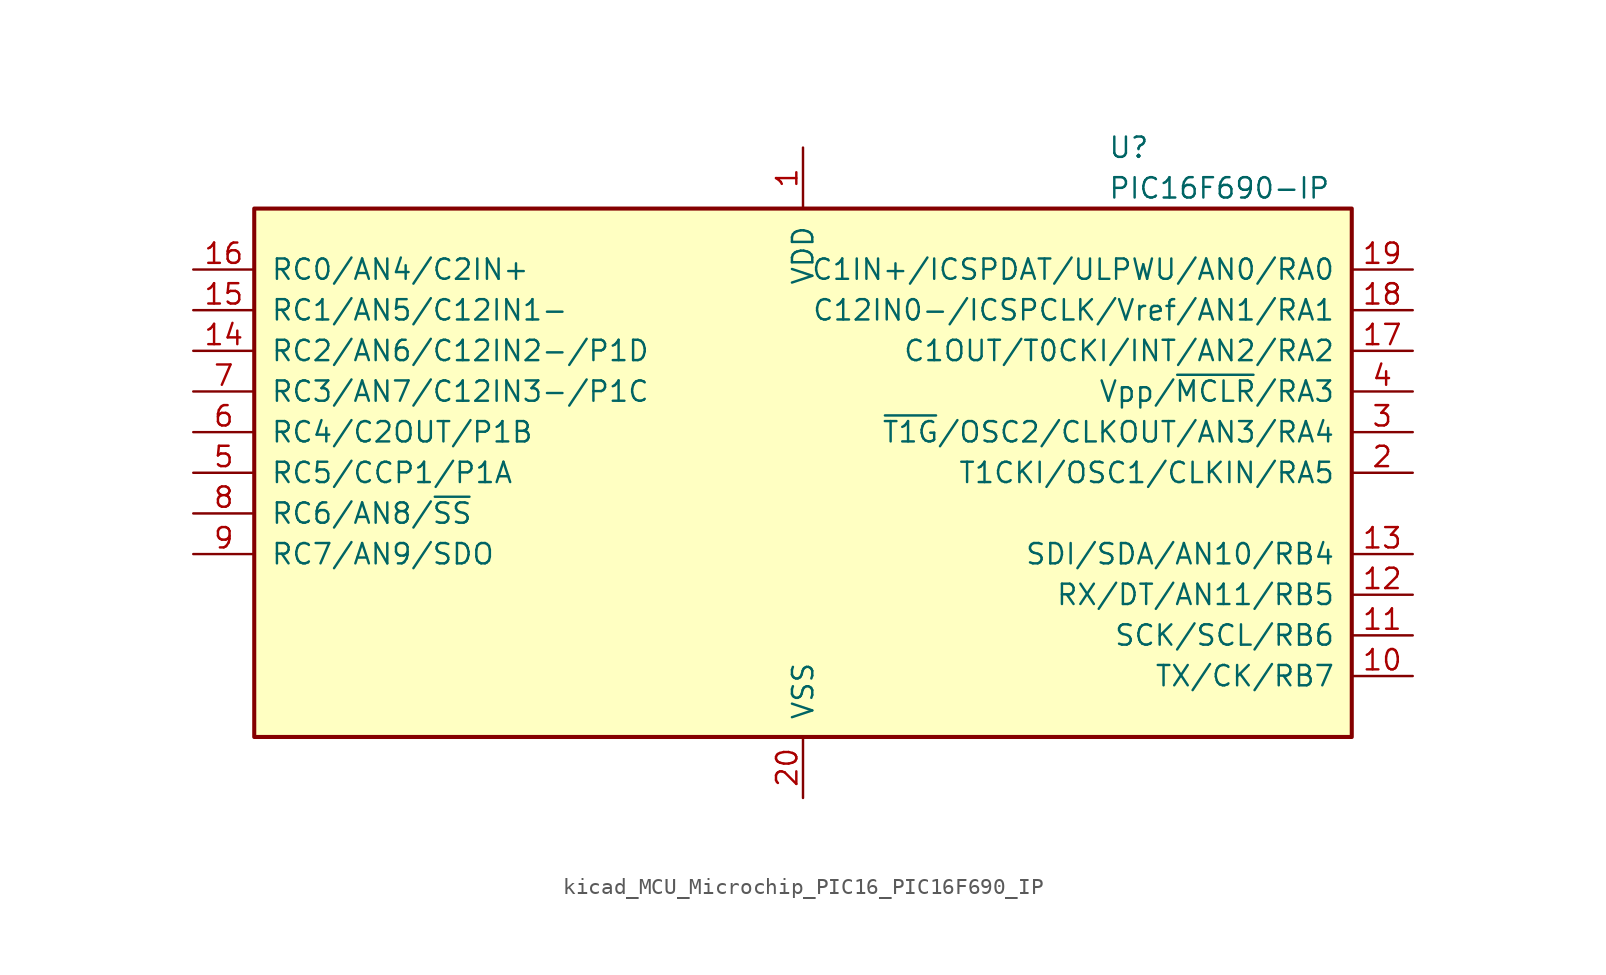
<source format=kicad_sym>
(kicad_symbol_lib
  (version 20220914)
  (generator kicad_symbol_editor)
  (symbol "kicad_MCU_Microchip_PIC16_PIC16F690_IP"
    (pin_names
      (offset 1.016))
    (property "Reference" "U"
      (at 19.05 20.32 0)
      (effects (font (size 1.27 1.27)) (justify left)))
    (property "Value" "PIC16F690-IP"
      (at 19.05 17.78 0)
      (effects (font (size 1.27 1.27)) (justify left)))
    (symbol "kicad_MCU_Microchip_PIC16_PIC16F690_IP_0_1"
      (rectangle (start -34.29 16.51) (end 34.29 -16.51) (stroke (width 0.254) (type default)) (fill (type background))))
    (symbol "kicad_MCU_Microchip_PIC16_PIC16F690_IP_1_1"
      (pin power_in line (at 0 20.32 270) (length 3.81) (name "VDD" (effects (font (size 1.27 1.27)))) (number "1" (effects (font (size 1.27 1.27)))))
      (pin bidirectional line (at 38.1 -12.7 180) (length 3.81) (name "TX/CK/RB7" (effects (font (size 1.27 1.27)))) (number "10" (effects (font (size 1.27 1.27)))))
      (pin bidirectional line (at 38.1 -10.16 180) (length 3.81) (name "SCK/SCL/RB6" (effects (font (size 1.27 1.27)))) (number "11" (effects (font (size 1.27 1.27)))))
      (pin bidirectional line (at 38.1 -7.62 180) (length 3.81) (name "RX/DT/AN11/RB5" (effects (font (size 1.27 1.27)))) (number "12" (effects (font (size 1.27 1.27)))))
      (pin bidirectional line (at 38.1 -5.08 180) (length 3.81) (name "SDI/SDA/AN10/RB4" (effects (font (size 1.27 1.27)))) (number "13" (effects (font (size 1.27 1.27)))))
      (pin bidirectional line (at -38.1 7.62 0) (length 3.81) (name "RC2/AN6/C12IN2-/P1D" (effects (font (size 1.27 1.27)))) (number "14" (effects (font (size 1.27 1.27)))))
      (pin bidirectional line (at -38.1 10.16 0) (length 3.81) (name "RC1/AN5/C12IN1-" (effects (font (size 1.27 1.27)))) (number "15" (effects (font (size 1.27 1.27)))))
      (pin bidirectional line (at -38.1 12.7 0) (length 3.81) (name "RC0/AN4/C2IN+" (effects (font (size 1.27 1.27)))) (number "16" (effects (font (size 1.27 1.27)))))
      (pin bidirectional line (at 38.1 7.62 180) (length 3.81) (name "C1OUT/T0CKI/INT/AN2/RA2" (effects (font (size 1.27 1.27)))) (number "17" (effects (font (size 1.27 1.27)))))
      (pin bidirectional line (at 38.1 10.16 180) (length 3.81) (name "C12IN0-/ICSPCLK/Vref/AN1/RA1" (effects (font (size 1.27 1.27)))) (number "18" (effects (font (size 1.27 1.27)))))
      (pin bidirectional line (at 38.1 12.7 180) (length 3.81) (name "C1IN+/ICSPDAT/ULPWU/AN0/RA0" (effects (font (size 1.27 1.27)))) (number "19" (effects (font (size 1.27 1.27)))))
      (pin bidirectional line (at 38.1 0 180) (length 3.81) (name "T1CKI/OSC1/CLKIN/RA5" (effects (font (size 1.27 1.27)))) (number "2" (effects (font (size 1.27 1.27)))))
      (pin power_in line (at 0 -20.32 90) (length 3.81) (name "VSS" (effects (font (size 1.27 1.27)))) (number "20" (effects (font (size 1.27 1.27)))))
      (pin bidirectional line (at 38.1 2.54 180) (length 3.81) (name "~{T1G}/OSC2/CLKOUT/AN3/RA4" (effects (font (size 1.27 1.27)))) (number "3" (effects (font (size 1.27 1.27)))))
      (pin input line (at 38.1 5.08 180) (length 3.81) (name "Vpp/~{MCLR}/RA3" (effects (font (size 1.27 1.27)))) (number "4" (effects (font (size 1.27 1.27)))))
      (pin bidirectional line (at -38.1 0 0) (length 3.81) (name "RC5/CCP1/P1A" (effects (font (size 1.27 1.27)))) (number "5" (effects (font (size 1.27 1.27)))))
      (pin bidirectional line (at -38.1 2.54 0) (length 3.81) (name "RC4/C2OUT/P1B" (effects (font (size 1.27 1.27)))) (number "6" (effects (font (size 1.27 1.27)))))
      (pin bidirectional line (at -38.1 5.08 0) (length 3.81) (name "RC3/AN7/C12IN3-/P1C" (effects (font (size 1.27 1.27)))) (number "7" (effects (font (size 1.27 1.27)))))
      (pin bidirectional line (at -38.1 -2.54 0) (length 3.81) (name "RC6/AN8/~{SS}" (effects (font (size 1.27 1.27)))) (number "8" (effects (font (size 1.27 1.27)))))
      (pin bidirectional line (at -38.1 -5.08 0) (length 3.81) (name "RC7/AN9/SDO" (effects (font (size 1.27 1.27)))) (number "9" (effects (font (size 1.27 1.27))))))))
</source>
